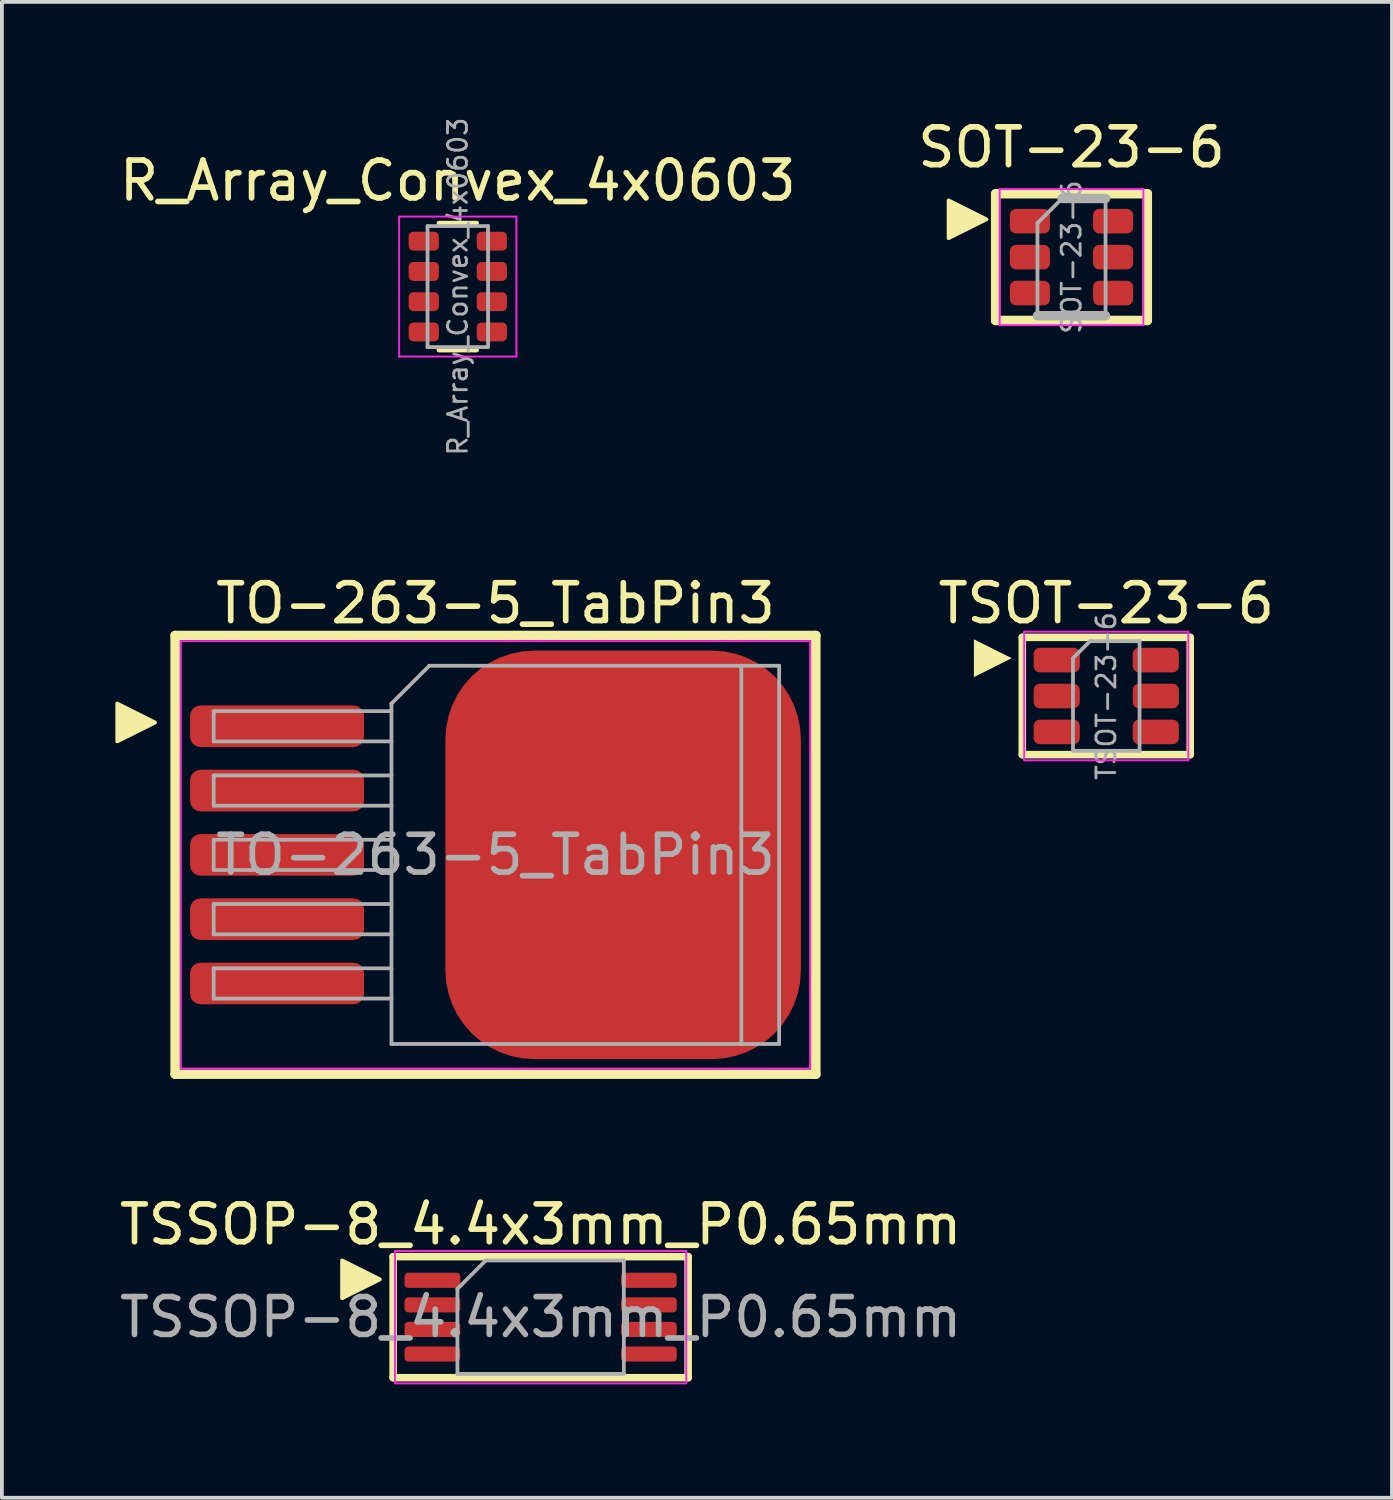
<source format=kicad_pcb>
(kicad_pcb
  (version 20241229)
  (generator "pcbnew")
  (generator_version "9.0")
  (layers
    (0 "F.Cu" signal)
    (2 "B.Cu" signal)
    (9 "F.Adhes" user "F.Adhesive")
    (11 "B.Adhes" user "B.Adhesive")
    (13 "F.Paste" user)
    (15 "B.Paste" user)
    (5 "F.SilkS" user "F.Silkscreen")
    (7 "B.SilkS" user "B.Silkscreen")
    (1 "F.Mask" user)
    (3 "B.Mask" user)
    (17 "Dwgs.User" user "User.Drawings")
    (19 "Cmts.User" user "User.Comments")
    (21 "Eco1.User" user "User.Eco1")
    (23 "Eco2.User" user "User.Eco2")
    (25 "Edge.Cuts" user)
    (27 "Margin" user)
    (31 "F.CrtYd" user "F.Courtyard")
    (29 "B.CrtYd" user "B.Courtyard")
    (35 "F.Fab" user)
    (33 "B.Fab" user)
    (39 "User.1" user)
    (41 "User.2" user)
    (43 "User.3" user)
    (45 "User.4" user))
  (footprint "TSSOP-8_4.4x3mm_P0.65mm"
    (layer "F.Cu")
    (at 11.244 31.775)
    (property "Reference" "TSSOP-8_4.4x3mm_P0.65mm" (at 0 -2.45 0) (layer "F.SilkS") (effects (font (size 1 1) (thickness 0.15))))
    (attr smd)
    (fp_line (start -3.9 -1.6) (end 3.9 -1.6) (stroke (width 0.2) (type solid)) (layer "F.SilkS"))
    (fp_line (start -3.9 1.6) (end -3.9 -1.6) (stroke (width 0.2) (type solid)) (layer "F.SilkS"))
    (fp_line (start 3.9 -1.6) (end 3.9 1.6) (stroke (width 0.2) (type solid)) (layer "F.SilkS"))
    (fp_line (start 3.9 1.6) (end -3.9 1.6) (stroke (width 0.2) (type solid)) (layer "F.SilkS"))
    (fp_poly (pts (xy -4.25 -1) (xy -5.25 -0.5) (xy -5.25 -1.5)) (stroke (width 0.1) (type solid)) (fill yes) (layer "F.SilkS"))
    (fp_line (start -3.85 -1.75) (end -3.85 1.75) (stroke (width 0.05) (type solid)) (layer "F.CrtYd"))
    (fp_line (start -3.85 1.75) (end 3.85 1.75) (stroke (width 0.05) (type solid)) (layer "F.CrtYd"))
    (fp_line (start 3.85 -1.75) (end -3.85 -1.75) (stroke (width 0.05) (type solid)) (layer "F.CrtYd"))
    (fp_line (start 3.85 1.75) (end 3.85 -1.75) (stroke (width 0.05) (type solid)) (layer "F.CrtYd"))
    (fp_line (start -2.2 -0.75) (end -1.45 -1.5) (stroke (width 0.1) (type solid)) (layer "F.Fab"))
    (fp_line (start -2.2 1.5) (end -2.2 -0.75) (stroke (width 0.1) (type solid)) (layer "F.Fab"))
    (fp_line (start -1.45 -1.5) (end 2.2 -1.5) (stroke (width 0.1) (type solid)) (layer "F.Fab"))
    (fp_line (start 2.2 -1.5) (end 2.2 1.5) (stroke (width 0.1) (type solid)) (layer "F.Fab"))
    (fp_line (start 2.2 1.5) (end -2.2 1.5) (stroke (width 0.1) (type solid)) (layer "F.Fab"))
    (fp_text user "${REFERENCE}" (at 0 0 0) (layer "F.Fab") (effects (font (size 1 1) (thickness 0.15))))
    (pad "1" smd roundrect (at -2.862 -0.975) (size 1.475 0.4) (layers "F.Cu" "F.Mask" "F.Paste") (roundrect_rratio 0.25))
    (pad "2" smd roundrect (at -2.862 -0.325) (size 1.475 0.4) (layers "F.Cu" "F.Mask" "F.Paste") (roundrect_rratio 0.25))
    (pad "3" smd roundrect (at -2.862 0.325) (size 1.475 0.4) (layers "F.Cu" "F.Mask" "F.Paste") (roundrect_rratio 0.25))
    (pad "4" smd roundrect (at -2.862 0.975) (size 1.475 0.4) (layers "F.Cu" "F.Mask" "F.Paste") (roundrect_rratio 0.25))
    (pad "5" smd roundrect (at 2.862 0.975) (size 1.475 0.4) (layers "F.Cu" "F.Mask" "F.Paste") (roundrect_rratio 0.25))
    (pad "6" smd roundrect (at 2.862 0.325) (size 1.475 0.4) (layers "F.Cu" "F.Mask" "F.Paste") (roundrect_rratio 0.25))
    (pad "7" smd roundrect (at 2.862 -0.325) (size 1.475 0.4) (layers "F.Cu" "F.Mask" "F.Paste") (roundrect_rratio 0.25))
    (pad "8" smd roundrect (at 2.862 -0.975) (size 1.475 0.4) (layers "F.Cu" "F.Mask" "F.Paste") (roundrect_rratio 0.25)))
  (footprint "TSOT-23-6"
    (layer "F.Cu")
    (at 26.199 15.352)
    (property "Reference" "TSOT-23-6" (at 0 -2.45 0) (layer "F.SilkS") (effects (font (size 1 1) (thickness 0.15))))
    (attr smd)
    (fp_line (start -2.22 -1.55) (end 2.22 -1.55) (stroke (width 0.2) (type solid)) (layer "F.SilkS"))
    (fp_line (start -2.22 1.55) (end -2.22 -1.55) (stroke (width 0.2) (type solid)) (layer "F.SilkS"))
    (fp_line (start 2.22 -1.55) (end 2.22 1.55) (stroke (width 0.2) (type solid)) (layer "F.SilkS"))
    (fp_line (start 2.22 1.55) (end -2.22 1.55) (stroke (width 0.2) (type solid)) (layer "F.SilkS"))
    (fp_poly (pts (xy -2.5 -1) (xy -3.5 -0.5) (xy -3.5 -1.5)) (stroke (width 0) (type solid)) (fill yes) (layer "F.SilkS"))
    (fp_line (start -2.17 -1.7) (end -2.17 1.7) (stroke (width 0.05) (type solid)) (layer "F.CrtYd"))
    (fp_line (start -2.17 -1.7) (end 2.17 -1.7) (stroke (width 0.05) (type solid)) (layer "F.CrtYd"))
    (fp_line (start 2.17 1.7) (end -2.17 1.7) (stroke (width 0.05) (type solid)) (layer "F.CrtYd"))
    (fp_line (start 2.17 1.7) (end 2.17 -1.7) (stroke (width 0.05) (type solid)) (layer "F.CrtYd"))
    (fp_line (start -0.88 -1) (end -0.88 1.45) (stroke (width 0.1) (type solid)) (layer "F.Fab"))
    (fp_line (start -0.88 -1) (end -0.43 -1.45) (stroke (width 0.1) (type solid)) (layer "F.Fab"))
    (fp_line (start 0.88 -1.45) (end -0.43 -1.45) (stroke (width 0.1) (type solid)) (layer "F.Fab"))
    (fp_line (start 0.88 -1.45) (end 0.88 1.45) (stroke (width 0.1) (type solid)) (layer "F.Fab"))
    (fp_line (start 0.88 1.45) (end -0.88 1.45) (stroke (width 0.1) (type solid)) (layer "F.Fab"))
    (fp_text user "${REFERENCE}" (at 0 0 90) (layer "F.Fab") (effects (font (size 0.5 0.5) (thickness 0.075))))
    (pad "1" smd roundrect (at -1.31 -0.95) (size 1.22 0.65) (layers "F.Cu" "F.Mask" "F.Paste") (roundrect_rratio 0.25))
    (pad "2" smd roundrect (at -1.31 0) (size 1.22 0.65) (layers "F.Cu" "F.Mask" "F.Paste") (roundrect_rratio 0.25))
    (pad "3" smd roundrect (at -1.31 0.95) (size 1.22 0.65) (layers "F.Cu" "F.Mask" "F.Paste") (roundrect_rratio 0.25))
    (pad "4" smd roundrect (at 1.31 0.95) (size 1.22 0.65) (layers "F.Cu" "F.Mask" "F.Paste") (roundrect_rratio 0.25))
    (pad "5" smd roundrect (at 1.31 0) (size 1.22 0.65) (layers "F.Cu" "F.Mask" "F.Paste") (roundrect_rratio 0.25))
    (pad "6" smd roundrect (at 1.31 -0.95) (size 1.22 0.65) (layers "F.Cu" "F.Mask" "F.Paste") (roundrect_rratio 0.25)))
  (footprint "SOT-23-6"
    (layer "F.Cu")
    (at 25.28 3.748)
    (property "Reference" "SOT-23-6" (at 0 -2.9 0) (layer "F.SilkS") (effects (font (size 1 1) (thickness 0.15))))
    (attr smd)
    (fp_line (start -2.005 -1.675) (end -2.005 1.675) (stroke (width 0.25) (type solid)) (layer "F.SilkS"))
    (fp_line (start -2.005 -1.675) (end 2.005 -1.675) (stroke (width 0.25) (type solid)) (layer "F.SilkS"))
    (fp_line (start 2.005 -1.675) (end 2.005 1.675) (stroke (width 0.25) (type solid)) (layer "F.SilkS"))
    (fp_line (start 2.005 1.675) (end -2.005 1.675) (stroke (width 0.25) (type solid)) (layer "F.SilkS"))
    (fp_poly (pts (xy -2.25 -1) (xy -3.25 -0.5) (xy -3.25 -1.5)) (stroke (width 0.1) (type solid)) (fill yes) (layer "F.SilkS"))
    (fp_line (start -1.9 -1.8) (end 1.9 -1.8) (stroke (width 0.05) (type solid)) (layer "F.CrtYd"))
    (fp_line (start -1.9 1.8) (end -1.9 -1.8) (stroke (width 0.05) (type solid)) (layer "F.CrtYd"))
    (fp_line (start 1.9 -1.8) (end 1.9 1.8) (stroke (width 0.05) (type solid)) (layer "F.CrtYd"))
    (fp_line (start 1.9 1.8) (end -1.9 1.8) (stroke (width 0.05) (type solid)) (layer "F.CrtYd"))
    (fp_line (start -0.9 -0.9) (end -0.9 1.55) (stroke (width 0.1) (type solid)) (layer "F.Fab"))
    (fp_line (start -0.9 -0.9) (end -0.25 -1.55) (stroke (width 0.1) (type solid)) (layer "F.Fab"))
    (fp_line (start 0.9 -1.55) (end -0.25 -1.55) (stroke (width 0.25) (type solid)) (layer "F.Fab"))
    (fp_line (start 0.9 -1.55) (end 0.9 1.55) (stroke (width 0.1) (type solid)) (layer "F.Fab"))
    (fp_line (start 0.9 1.55) (end -0.9 1.55) (stroke (width 0.25) (type solid)) (layer "F.Fab"))
    (fp_text user "${REFERENCE}" (at 0 0 90) (layer "F.Fab") (effects (font (size 0.5 0.5) (thickness 0.075))))
    (pad "1" smd roundrect (at -1.1 -0.95) (size 1.06 0.65) (layers "F.Cu" "F.Mask" "F.Paste") (roundrect_rratio 0.25))
    (pad "2" smd roundrect (at -1.1 0) (size 1.06 0.65) (layers "F.Cu" "F.Mask" "F.Paste") (roundrect_rratio 0.25))
    (pad "3" smd roundrect (at -1.1 0.95) (size 1.06 0.65) (layers "F.Cu" "F.Mask" "F.Paste") (roundrect_rratio 0.25))
    (pad "4" smd roundrect (at 1.1 0.95) (size 1.06 0.65) (layers "F.Cu" "F.Mask" "F.Paste") (roundrect_rratio 0.25))
    (pad "5" smd roundrect (at 1.1 0) (size 1.06 0.65) (layers "F.Cu" "F.Mask" "F.Paste") (roundrect_rratio 0.25))
    (pad "6" smd roundrect (at 1.1 -0.95) (size 1.06 0.65) (layers "F.Cu" "F.Mask" "F.Paste") (roundrect_rratio 0.25)))
  (footprint "TO-263-5_TabPin3"
    (layer "F.Cu")
    (at 10.05 19.552)
    (property "Reference" "TO-263-5_TabPin3" (at 0 -6.65 0) (layer "F.SilkS") (effects (font (size 1 1) (thickness 0.15))))
    (attr smd)
    (fp_line (start -8.47 -5.8) (end 8.47 -5.8) (stroke (width 0.25) (type solid)) (layer "F.SilkS"))
    (fp_line (start -8.47 5.8) (end -8.47 -5.8) (stroke (width 0.25) (type solid)) (layer "F.SilkS"))
    (fp_line (start 8.47 -5.8) (end 8.47 5.8) (stroke (width 0.25) (type solid)) (layer "F.SilkS"))
    (fp_line (start 8.47 5.8) (end -8.47 5.8) (stroke (width 0.25) (type solid)) (layer "F.SilkS"))
    (fp_poly (pts (xy -9 -3.5) (xy -10 -3) (xy -10 -4)) (stroke (width 0.1) (type solid)) (fill yes) (layer "F.SilkS"))
    (fp_line (start -8.32 -5.65) (end -8.32 5.65) (stroke (width 0.05) (type solid)) (layer "F.CrtYd"))
    (fp_line (start -8.32 5.65) (end 8.32 5.65) (stroke (width 0.05) (type solid)) (layer "F.CrtYd"))
    (fp_line (start 8.32 -5.65) (end -8.32 -5.65) (stroke (width 0.05) (type solid)) (layer "F.CrtYd"))
    (fp_line (start 8.32 5.65) (end 8.32 -5.65) (stroke (width 0.05) (type solid)) (layer "F.CrtYd"))
    (fp_line (start -7.45 -3.8) (end -7.45 -3) (stroke (width 0.1) (type solid)) (layer "F.Fab"))
    (fp_line (start -7.45 -3) (end -2.75 -3) (stroke (width 0.1) (type solid)) (layer "F.Fab"))
    (fp_line (start -7.45 -2.1) (end -7.45 -1.3) (stroke (width 0.1) (type solid)) (layer "F.Fab"))
    (fp_line (start -7.45 -1.3) (end -2.75 -1.3) (stroke (width 0.1) (type solid)) (layer "F.Fab"))
    (fp_line (start -7.45 -0.4) (end -7.45 0.4) (stroke (width 0.1) (type solid)) (layer "F.Fab"))
    (fp_line (start -7.45 0.4) (end -2.75 0.4) (stroke (width 0.1) (type solid)) (layer "F.Fab"))
    (fp_line (start -7.45 1.3) (end -7.45 2.1) (stroke (width 0.1) (type solid)) (layer "F.Fab"))
    (fp_line (start -7.45 2.1) (end -2.75 2.1) (stroke (width 0.1) (type solid)) (layer "F.Fab"))
    (fp_line (start -7.45 3) (end -7.45 3.8) (stroke (width 0.1) (type solid)) (layer "F.Fab"))
    (fp_line (start -7.45 3.8) (end -2.75 3.8) (stroke (width 0.1) (type solid)) (layer "F.Fab"))
    (fp_line (start -2.75 -4) (end -1.75 -5) (stroke (width 0.1) (type solid)) (layer "F.Fab"))
    (fp_line (start -2.75 -3.8) (end -7.45 -3.8) (stroke (width 0.1) (type solid)) (layer "F.Fab"))
    (fp_line (start -2.75 -2.1) (end -7.45 -2.1) (stroke (width 0.1) (type solid)) (layer "F.Fab"))
    (fp_line (start -2.75 -0.4) (end -7.45 -0.4) (stroke (width 0.1) (type solid)) (layer "F.Fab"))
    (fp_line (start -2.75 1.3) (end -7.45 1.3) (stroke (width 0.1) (type solid)) (layer "F.Fab"))
    (fp_line (start -2.75 3) (end -7.45 3) (stroke (width 0.1) (type solid)) (layer "F.Fab"))
    (fp_line (start -2.75 5) (end -2.75 -4) (stroke (width 0.1) (type solid)) (layer "F.Fab"))
    (fp_line (start -1.75 -5) (end 6.5 -5) (stroke (width 0.1) (type solid)) (layer "F.Fab"))
    (fp_line (start 6.5 -5) (end 6.5 5) (stroke (width 0.1) (type solid)) (layer "F.Fab"))
    (fp_line (start 6.5 -5) (end 7.5 -5) (stroke (width 0.1) (type solid)) (layer "F.Fab"))
    (fp_line (start 6.5 5) (end -2.75 5) (stroke (width 0.1) (type solid)) (layer "F.Fab"))
    (fp_line (start 7.5 -5) (end 7.5 5) (stroke (width 0.1) (type solid)) (layer "F.Fab"))
    (fp_line (start 7.5 5) (end 6.5 5) (stroke (width 0.1) (type solid)) (layer "F.Fab"))
    (fp_text user "${REFERENCE}" (at 0 0 0) (layer "F.Fab") (effects (font (size 1 1) (thickness 0.15))))
    (pad "" smd roundrect (at 0.95 -2.775) (size 4.55 5.25) (layers "F.Paste") (roundrect_rratio 0.25))
    (pad "" smd roundrect (at 0.95 2.775) (size 4.55 5.25) (layers "F.Paste") (roundrect_rratio 0.25))
    (pad "" smd roundrect (at 5.8 -2.775) (size 4.55 5.25) (layers "F.Paste") (roundrect_rratio 0.25))
    (pad "" smd roundrect (at 5.8 2.775) (size 4.55 5.25) (layers "F.Paste") (roundrect_rratio 0.25))
    (pad "1" smd roundrect (at -5.775 -3.4) (size 4.6 1.1) (layers "F.Cu" "F.Mask" "F.Paste") (roundrect_rratio 0.25))
    (pad "2" smd roundrect (at -5.775 -1.7) (size 4.6 1.1) (layers "F.Cu" "F.Mask" "F.Paste") (roundrect_rratio 0.25))
    (pad "3" smd roundrect (at -5.775 0) (size 4.6 1.1) (layers "F.Cu" "F.Mask" "F.Paste") (roundrect_rratio 0.25))
    (pad "3" smd roundrect (at 3.375 0) (size 9.4 10.8) (layers "F.Cu" "F.Mask") (roundrect_rratio 0.25))
    (pad "4" smd roundrect (at -5.775 1.7) (size 4.6 1.1) (layers "F.Cu" "F.Mask" "F.Paste") (roundrect_rratio 0.25))
    (pad "5" smd roundrect (at -5.775 3.4) (size 4.6 1.1) (layers "F.Cu" "F.Mask" "F.Paste") (roundrect_rratio 0.25)))
  (footprint "R_Array_Convex_4x0603"
    (layer "F.Cu")
    (at 9.054 4.527)
    (property "Reference" "R_Array_Convex_4x0603" (at 0 -2.8 0) (layer "F.SilkS") (effects (font (size 1 1) (thickness 0.15))))
    (attr smd)
    (fp_line (start 0.5 -1.68) (end -0.5 -1.68) (stroke (width 0.12) (type solid)) (layer "F.SilkS"))
    (fp_line (start 0.5 1.68) (end -0.5 1.68) (stroke (width 0.12) (type solid)) (layer "F.SilkS"))
    (fp_line (start -1.55 -1.85) (end -1.55 1.85) (stroke (width 0.05) (type solid)) (layer "F.CrtYd"))
    (fp_line (start -1.55 -1.85) (end 1.55 -1.85) (stroke (width 0.05) (type solid)) (layer "F.CrtYd"))
    (fp_line (start 1.55 1.85) (end -1.55 1.85) (stroke (width 0.05) (type solid)) (layer "F.CrtYd"))
    (fp_line (start 1.55 1.85) (end 1.55 -1.85) (stroke (width 0.05) (type solid)) (layer "F.CrtYd"))
    (fp_line (start -0.8 -1.6) (end 0.8 -1.6) (stroke (width 0.1) (type solid)) (layer "F.Fab"))
    (fp_line (start -0.8 1.6) (end -0.8 -1.6) (stroke (width 0.1) (type solid)) (layer "F.Fab"))
    (fp_line (start 0.8 -1.6) (end 0.8 1.6) (stroke (width 0.1) (type solid)) (layer "F.Fab"))
    (fp_line (start 0.8 1.6) (end -0.8 1.6) (stroke (width 0.1) (type solid)) (layer "F.Fab"))
    (fp_text user "${REFERENCE}" (at 0 0 90) (layer "F.Fab") (effects (font (size 0.5 0.5) (thickness 0.075))))
    (pad "1" smd roundrect (at -0.9 -1.2) (size 0.8 0.5) (layers "F.Cu" "F.Mask" "F.Paste") (roundrect_rratio 0.25))
    (pad "2" smd roundrect (at -0.9 -0.4) (size 0.8 0.5) (layers "F.Cu" "F.Mask" "F.Paste") (roundrect_rratio 0.25))
    (pad "3" smd roundrect (at -0.9 0.4) (size 0.8 0.5) (layers "F.Cu" "F.Mask" "F.Paste") (roundrect_rratio 0.25))
    (pad "4" smd roundrect (at -0.9 1.2) (size 0.8 0.5) (layers "F.Cu" "F.Mask" "F.Paste") (roundrect_rratio 0.25))
    (pad "5" smd roundrect (at 0.9 1.2) (size 0.8 0.5) (layers "F.Cu" "F.Mask" "F.Paste") (roundrect_rratio 0.25))
    (pad "6" smd roundrect (at 0.9 0.4) (size 0.8 0.5) (layers "F.Cu" "F.Mask" "F.Paste") (roundrect_rratio 0.25))
    (pad "7" smd roundrect (at 0.9 -0.4) (size 0.8 0.5) (layers "F.Cu" "F.Mask" "F.Paste") (roundrect_rratio 0.25))
    (pad "8" smd roundrect (at 0.9 -1.2) (size 0.8 0.5) (layers "F.Cu" "F.Mask" "F.Paste") (roundrect_rratio 0.25)))
  (gr_rect
    (start -3 -3)
    (end 33.752 36.55)
    (stroke (width 0.1) (type default))
    (fill no)
    (layer "Edge.Cuts")))
</source>
